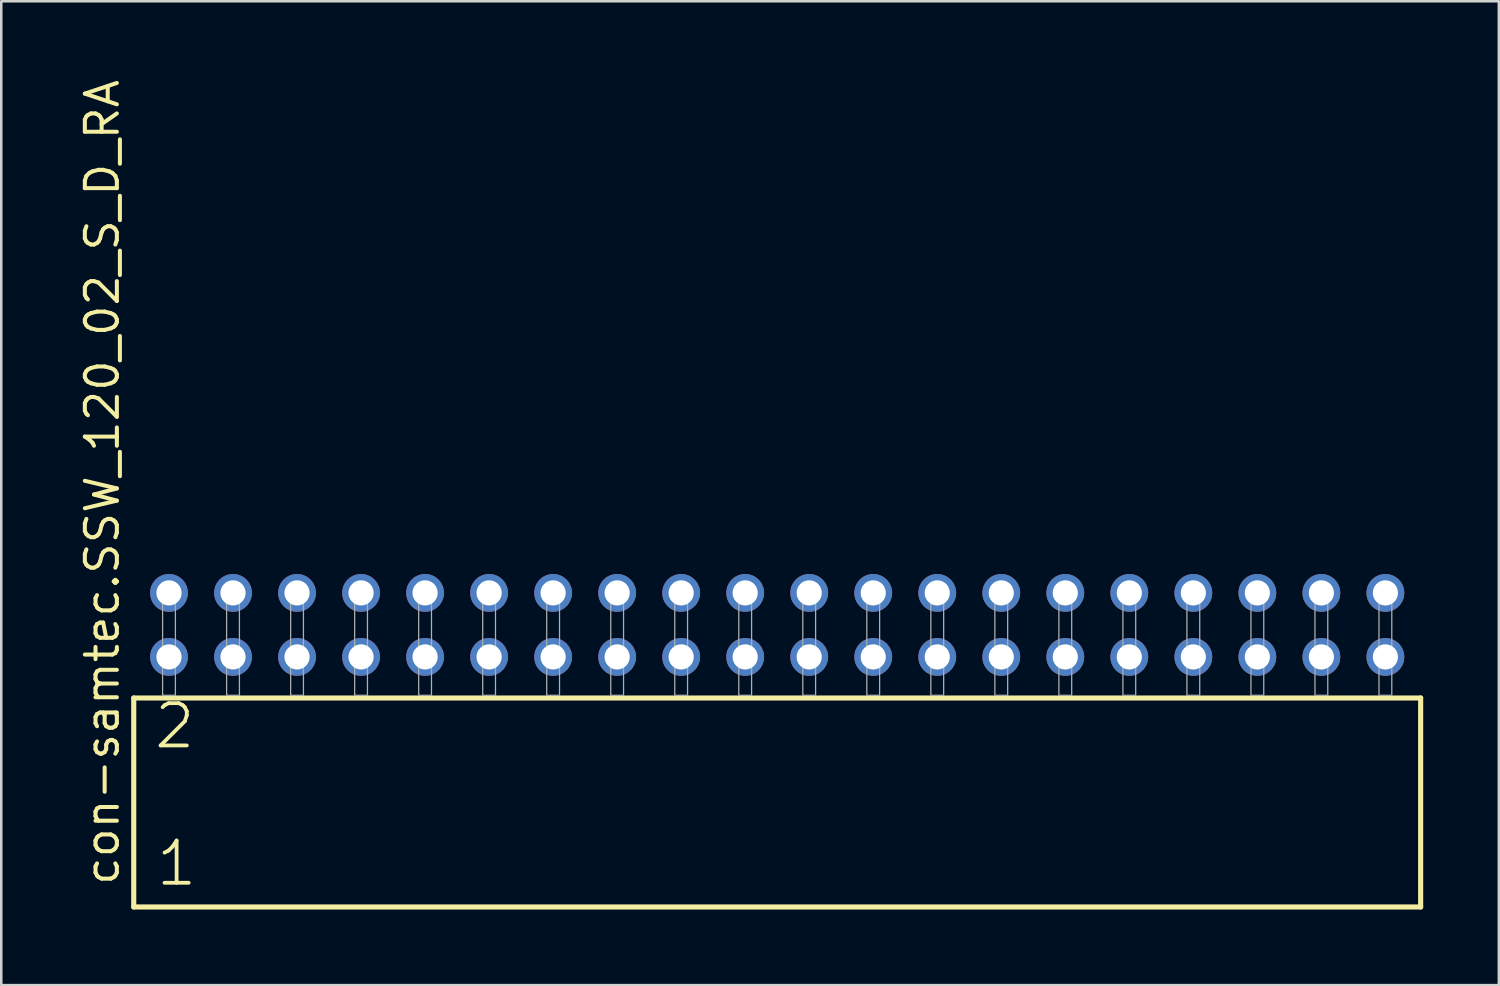
<source format=kicad_pcb>
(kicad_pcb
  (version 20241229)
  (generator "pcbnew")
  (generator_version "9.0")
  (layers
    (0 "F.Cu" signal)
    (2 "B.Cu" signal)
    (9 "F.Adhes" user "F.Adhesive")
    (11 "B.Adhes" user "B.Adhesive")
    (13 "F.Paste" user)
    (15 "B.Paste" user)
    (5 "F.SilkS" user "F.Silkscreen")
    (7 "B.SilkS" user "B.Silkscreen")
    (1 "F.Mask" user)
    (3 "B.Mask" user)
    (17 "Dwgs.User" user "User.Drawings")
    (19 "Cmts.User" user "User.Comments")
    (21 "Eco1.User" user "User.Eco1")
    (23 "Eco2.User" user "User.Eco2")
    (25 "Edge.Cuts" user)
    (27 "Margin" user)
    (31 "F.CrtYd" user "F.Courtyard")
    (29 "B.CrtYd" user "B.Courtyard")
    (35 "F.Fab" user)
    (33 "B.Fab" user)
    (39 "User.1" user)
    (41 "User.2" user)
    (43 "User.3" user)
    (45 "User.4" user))
  (footprint "con-samtec.SSW_120_02_S_D_RA"
    (layer "F.Cu")
    (at 27.785 24.537)
    (property "Reference" "con-samtec.SSW_120_02_S_D_RA" (at -26.035 7.62 90) (layer "F.SilkS") (effects (font (size 1.27 1.27) (thickness 0.16)) (justify left bottom)))
    (attr through_hole)
    (fp_line (start -25.529 0.106) (end -25.529 8.396) (stroke (width 0.203) (type default)) (layer "F.SilkS"))
    (fp_line (start -25.529 8.396) (end 25.529 8.396) (stroke (width 0.203) (type default)) (layer "F.SilkS"))
    (fp_line (start 25.529 0.106) (end -25.529 0.106) (stroke (width 0.203) (type default)) (layer "F.SilkS"))
    (fp_line (start 25.529 8.396) (end 25.529 0.106) (stroke (width 0.203) (type default)) (layer "F.SilkS"))
    (fp_rect (start -24.384 0) (end -23.876 -4.318) (stroke (width 0.05) (type default)) (fill no) (layer "F.Fab"))
    (fp_rect (start -21.844 0) (end -21.336 -4.318) (stroke (width 0.05) (type default)) (fill no) (layer "F.Fab"))
    (fp_rect (start -19.304 0) (end -18.796 -4.318) (stroke (width 0.05) (type default)) (fill no) (layer "F.Fab"))
    (fp_rect (start -16.764 0) (end -16.256 -4.318) (stroke (width 0.05) (type default)) (fill no) (layer "F.Fab"))
    (fp_rect (start -14.224 0) (end -13.716 -4.318) (stroke (width 0.05) (type default)) (fill no) (layer "F.Fab"))
    (fp_rect (start -11.684 0) (end -11.176 -4.318) (stroke (width 0.05) (type default)) (fill no) (layer "F.Fab"))
    (fp_rect (start -9.144 0) (end -8.636 -4.318) (stroke (width 0.05) (type default)) (fill no) (layer "F.Fab"))
    (fp_rect (start -6.604 0) (end -6.096 -4.318) (stroke (width 0.05) (type default)) (fill no) (layer "F.Fab"))
    (fp_rect (start -4.064 0) (end -3.556 -4.318) (stroke (width 0.05) (type default)) (fill no) (layer "F.Fab"))
    (fp_rect (start -1.524 0) (end -1.016 -4.318) (stroke (width 0.05) (type default)) (fill no) (layer "F.Fab"))
    (fp_rect (start 1.016 0) (end 1.524 -4.318) (stroke (width 0.05) (type default)) (fill no) (layer "F.Fab"))
    (fp_rect (start 3.556 0) (end 4.064 -4.318) (stroke (width 0.05) (type default)) (fill no) (layer "F.Fab"))
    (fp_rect (start 6.096 0) (end 6.604 -4.318) (stroke (width 0.05) (type default)) (fill no) (layer "F.Fab"))
    (fp_rect (start 8.636 0) (end 9.144 -4.318) (stroke (width 0.05) (type default)) (fill no) (layer "F.Fab"))
    (fp_rect (start 11.176 0) (end 11.684 -4.318) (stroke (width 0.05) (type default)) (fill no) (layer "F.Fab"))
    (fp_rect (start 13.716 0) (end 14.224 -4.318) (stroke (width 0.05) (type default)) (fill no) (layer "F.Fab"))
    (fp_rect (start 16.256 0) (end 16.764 -4.318) (stroke (width 0.05) (type default)) (fill no) (layer "F.Fab"))
    (fp_rect (start 18.796 0) (end 19.304 -4.318) (stroke (width 0.05) (type default)) (fill no) (layer "F.Fab"))
    (fp_rect (start 21.336 0) (end 21.844 -4.318) (stroke (width 0.05) (type default)) (fill no) (layer "F.Fab"))
    (fp_rect (start 23.876 0) (end 24.384 -4.318) (stroke (width 0.05) (type default)) (fill no) (layer "F.Fab"))
    (fp_text user "2" (at -24.8 2.2 0) (layer "F.SilkS") (effects (font (size 1.676 1.676) (thickness 0.15)) (justify left bottom)))
    (fp_text user "1" (at -24.725 7.65 0) (layer "F.SilkS") (effects (font (size 1.676 1.676) (thickness 0.15)) (justify left bottom)))
    (pad "1" thru_hole circle (at -24.13 -1.524) (size 1.5 1.5) (drill 1) (layers "*.Cu" "*.Mask"))
    (pad "2" thru_hole circle (at -24.13 -4.064) (size 1.5 1.5) (drill 1) (layers "*.Cu" "*.Mask"))
    (pad "3" thru_hole circle (at -21.59 -1.524) (size 1.5 1.5) (drill 1) (layers "*.Cu" "*.Mask"))
    (pad "4" thru_hole circle (at -21.59 -4.064) (size 1.5 1.5) (drill 1) (layers "*.Cu" "*.Mask"))
    (pad "5" thru_hole circle (at -19.05 -1.524) (size 1.5 1.5) (drill 1) (layers "*.Cu" "*.Mask"))
    (pad "6" thru_hole circle (at -19.05 -4.064) (size 1.5 1.5) (drill 1) (layers "*.Cu" "*.Mask"))
    (pad "7" thru_hole circle (at -16.51 -1.524) (size 1.5 1.5) (drill 1) (layers "*.Cu" "*.Mask"))
    (pad "8" thru_hole circle (at -16.51 -4.064) (size 1.5 1.5) (drill 1) (layers "*.Cu" "*.Mask"))
    (pad "9" thru_hole circle (at -13.97 -1.524) (size 1.5 1.5) (drill 1) (layers "*.Cu" "*.Mask"))
    (pad "10" thru_hole circle (at -13.97 -4.064) (size 1.5 1.5) (drill 1) (layers "*.Cu" "*.Mask"))
    (pad "11" thru_hole circle (at -11.43 -1.524) (size 1.5 1.5) (drill 1) (layers "*.Cu" "*.Mask"))
    (pad "12" thru_hole circle (at -11.43 -4.064) (size 1.5 1.5) (drill 1) (layers "*.Cu" "*.Mask"))
    (pad "13" thru_hole circle (at -8.89 -1.524) (size 1.5 1.5) (drill 1) (layers "*.Cu" "*.Mask"))
    (pad "14" thru_hole circle (at -8.89 -4.064) (size 1.5 1.5) (drill 1) (layers "*.Cu" "*.Mask"))
    (pad "15" thru_hole circle (at -6.35 -1.524) (size 1.5 1.5) (drill 1) (layers "*.Cu" "*.Mask"))
    (pad "16" thru_hole circle (at -6.35 -4.064) (size 1.5 1.5) (drill 1) (layers "*.Cu" "*.Mask"))
    (pad "17" thru_hole circle (at -3.81 -1.524) (size 1.5 1.5) (drill 1) (layers "*.Cu" "*.Mask"))
    (pad "18" thru_hole circle (at -3.81 -4.064) (size 1.5 1.5) (drill 1) (layers "*.Cu" "*.Mask"))
    (pad "19" thru_hole circle (at -1.27 -1.524) (size 1.5 1.5) (drill 1) (layers "*.Cu" "*.Mask"))
    (pad "20" thru_hole circle (at -1.27 -4.064) (size 1.5 1.5) (drill 1) (layers "*.Cu" "*.Mask"))
    (pad "21" thru_hole circle (at 1.27 -1.524) (size 1.5 1.5) (drill 1) (layers "*.Cu" "*.Mask"))
    (pad "22" thru_hole circle (at 1.27 -4.064) (size 1.5 1.5) (drill 1) (layers "*.Cu" "*.Mask"))
    (pad "23" thru_hole circle (at 3.81 -1.524) (size 1.5 1.5) (drill 1) (layers "*.Cu" "*.Mask"))
    (pad "24" thru_hole circle (at 3.81 -4.064) (size 1.5 1.5) (drill 1) (layers "*.Cu" "*.Mask"))
    (pad "25" thru_hole circle (at 6.35 -1.524) (size 1.5 1.5) (drill 1) (layers "*.Cu" "*.Mask"))
    (pad "26" thru_hole circle (at 6.35 -4.064) (size 1.5 1.5) (drill 1) (layers "*.Cu" "*.Mask"))
    (pad "27" thru_hole circle (at 8.89 -1.524) (size 1.5 1.5) (drill 1) (layers "*.Cu" "*.Mask"))
    (pad "28" thru_hole circle (at 8.89 -4.064) (size 1.5 1.5) (drill 1) (layers "*.Cu" "*.Mask"))
    (pad "29" thru_hole circle (at 11.43 -1.524) (size 1.5 1.5) (drill 1) (layers "*.Cu" "*.Mask"))
    (pad "30" thru_hole circle (at 11.43 -4.064) (size 1.5 1.5) (drill 1) (layers "*.Cu" "*.Mask"))
    (pad "31" thru_hole circle (at 13.97 -1.524) (size 1.5 1.5) (drill 1) (layers "*.Cu" "*.Mask"))
    (pad "32" thru_hole circle (at 13.97 -4.064) (size 1.5 1.5) (drill 1) (layers "*.Cu" "*.Mask"))
    (pad "33" thru_hole circle (at 16.51 -1.524) (size 1.5 1.5) (drill 1) (layers "*.Cu" "*.Mask"))
    (pad "34" thru_hole circle (at 16.51 -4.064) (size 1.5 1.5) (drill 1) (layers "*.Cu" "*.Mask"))
    (pad "35" thru_hole circle (at 19.05 -1.524) (size 1.5 1.5) (drill 1) (layers "*.Cu" "*.Mask"))
    (pad "36" thru_hole circle (at 19.05 -4.064) (size 1.5 1.5) (drill 1) (layers "*.Cu" "*.Mask"))
    (pad "37" thru_hole circle (at 21.59 -1.524) (size 1.5 1.5) (drill 1) (layers "*.Cu" "*.Mask"))
    (pad "38" thru_hole circle (at 21.59 -4.064) (size 1.5 1.5) (drill 1) (layers "*.Cu" "*.Mask"))
    (pad "39" thru_hole circle (at 24.13 -1.524) (size 1.5 1.5) (drill 1) (layers "*.Cu" "*.Mask"))
    (pad "40" thru_hole circle (at 24.13 -4.064) (size 1.5 1.5) (drill 1) (layers "*.Cu" "*.Mask")))
  (gr_rect
    (start -3 -3)
    (end 56.416 36.035)
    (stroke (width 0.1) (type default))
    (fill no)
    (layer "Edge.Cuts")))
</source>
